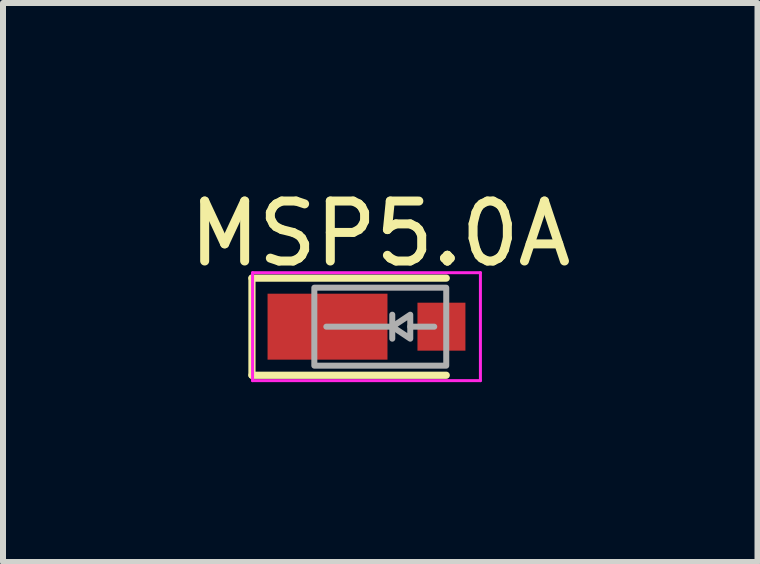
<source format=kicad_pcb>
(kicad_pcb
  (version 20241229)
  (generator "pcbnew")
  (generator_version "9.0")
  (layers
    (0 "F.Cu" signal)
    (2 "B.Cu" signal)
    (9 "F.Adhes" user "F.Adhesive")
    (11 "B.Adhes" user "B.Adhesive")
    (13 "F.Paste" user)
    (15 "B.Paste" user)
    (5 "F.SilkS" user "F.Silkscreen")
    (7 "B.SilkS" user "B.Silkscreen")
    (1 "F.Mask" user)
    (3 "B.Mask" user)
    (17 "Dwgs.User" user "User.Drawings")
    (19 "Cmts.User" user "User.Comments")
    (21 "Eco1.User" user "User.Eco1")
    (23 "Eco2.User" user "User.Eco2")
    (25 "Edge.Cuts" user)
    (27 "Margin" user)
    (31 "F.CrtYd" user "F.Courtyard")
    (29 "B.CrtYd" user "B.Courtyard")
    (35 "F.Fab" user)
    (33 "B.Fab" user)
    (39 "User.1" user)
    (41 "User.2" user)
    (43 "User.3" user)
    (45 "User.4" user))
  (footprint "MSP5.0A"
    (layer "F.Cu")
    (at 3.292 2.398)
    (property "Reference" "MSP5.0A" (at 0 -1.55 0) (unlocked yes) (layer "F.SilkS") (effects (font (size 1 1) (thickness 0.15))))
    (attr smd)
    (fp_line (start -2.14 -0.81) (end -2.14 0.81) (stroke (width 0.12) (type solid)) (layer "F.SilkS"))
    (fp_line (start -2.14 -0.81) (end 1.1 -0.81) (stroke (width 0.12) (type solid)) (layer "F.SilkS"))
    (fp_line (start -2.14 0.81) (end 1.1 0.81) (stroke (width 0.12) (type solid)) (layer "F.SilkS"))
    (fp_line (start -2.13 -0.9) (end -2.13 0.9) (stroke (width 0.05) (type solid)) (layer "F.CrtYd"))
    (fp_line (start -2.13 -0.9) (end 1.67 -0.9) (stroke (width 0.05) (type solid)) (layer "F.CrtYd"))
    (fp_line (start -2.13 0.9) (end 1.67 0.9) (stroke (width 0.05) (type solid)) (layer "F.CrtYd"))
    (fp_line (start 1.67 -0.9) (end 1.67 0.9) (stroke (width 0.05) (type solid)) (layer "F.CrtYd"))
    (fp_line (start 0.2 -0.2) (end 0.2 0.2) (stroke (width 0.1) (type solid)) (layer "F.Fab"))
    (fp_line (start 0.2 0) (end -0.9 0) (stroke (width 0.1) (type solid)) (layer "F.Fab"))
    (fp_line (start 0.9 0) (end 0.5 0) (stroke (width 0.1) (type solid)) (layer "F.Fab"))
    (fp_rect (start -1.1 -0.65) (end 1.1 0.65) (stroke (width 0.1) (type solid)) (fill no) (layer "F.Fab"))
    (fp_poly (pts (xy 0.5 0.2) (xy 0.2 0) (xy 0.5 -0.2)) (stroke (width 0.1) (type solid)) (fill no) (layer "F.Fab"))
    (pad "1" smd rect (at -0.88 0) (size 2 1.1) (layers "F.Cu" "F.Mask" "F.Paste"))
    (pad "2" smd rect (at 1.02 0) (size 0.8 0.8) (layers "F.Cu" "F.Mask" "F.Paste")))
  (gr_rect
    (start -3 -3)
    (end 9.583 6.323)
    (stroke (width 0.1) (type default))
    (fill no)
    (layer "Edge.Cuts")))
</source>
